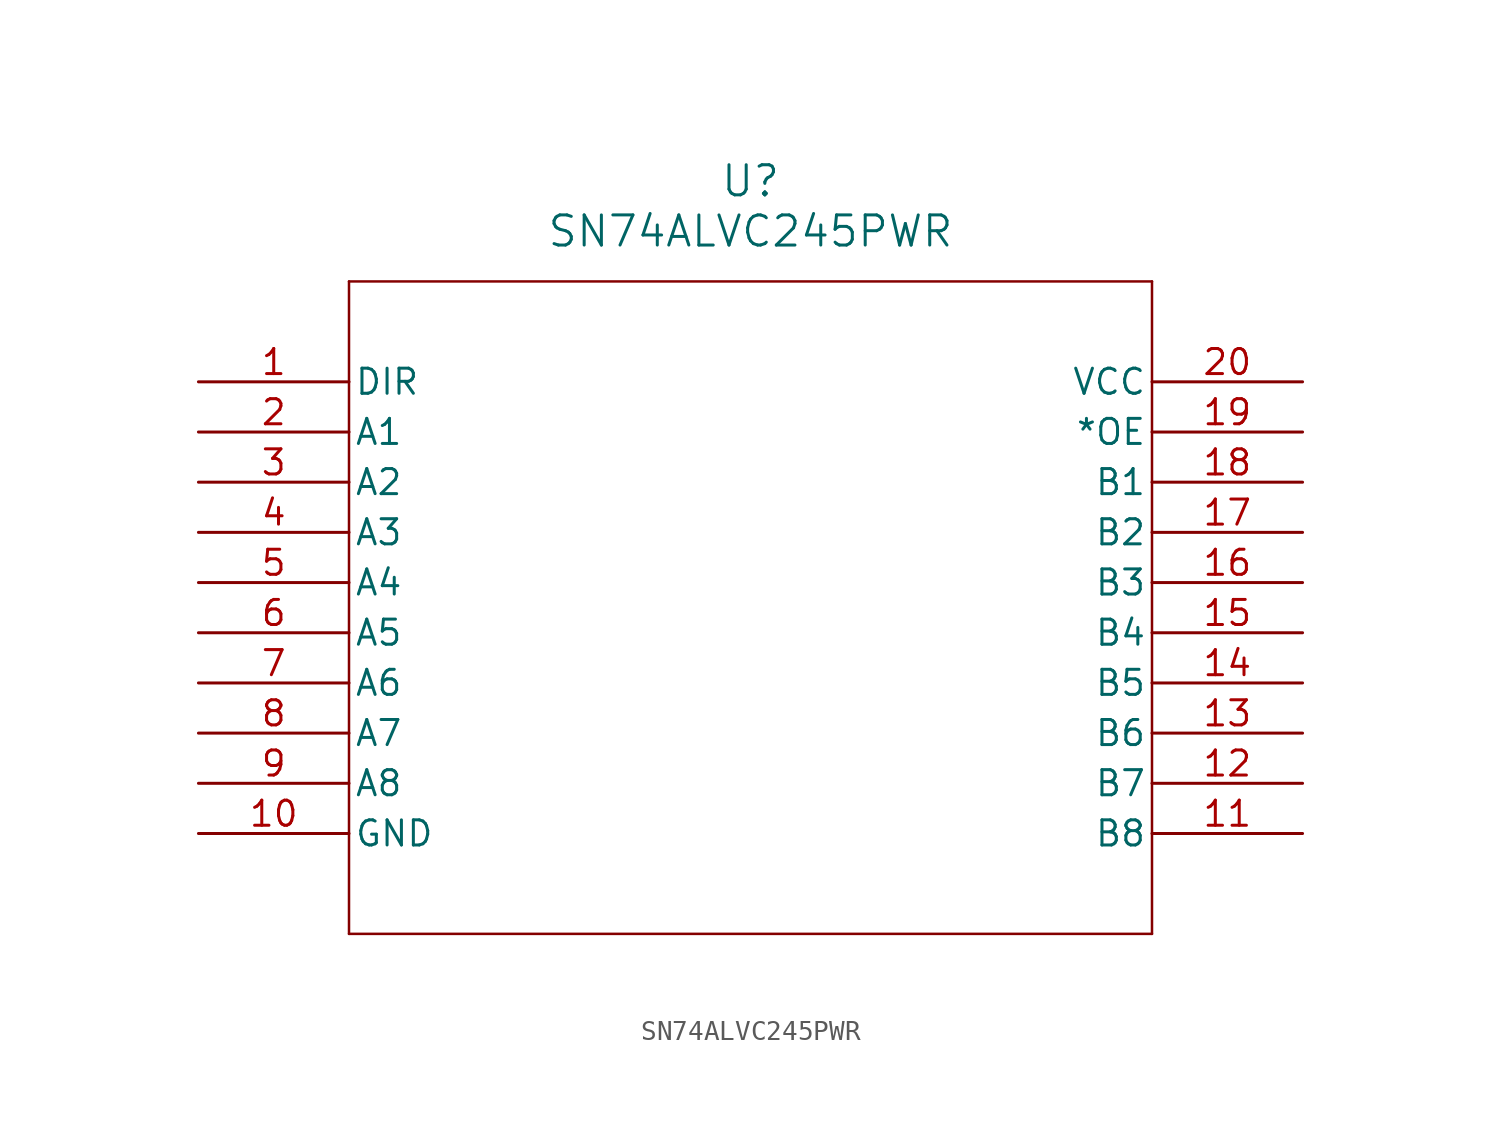
<source format=kicad_sym>
(kicad_symbol_lib
  (version 20211014)
  (generator kicad_symbol_editor)
  (symbol "SN74ALVC245PWR"
    (pin_names
      (offset 0.254))
    (property "Reference" "U"
      (at 27.94 10.16 0)
      (effects (font (size 1.524 1.524))))
    (property "Value" "SN74ALVC245PWR"
      (at 27.94 7.62 0)
      (effects (font (size 1.524 1.524))))
    (symbol "SN74ALVC245PWR_0_1"
      (polyline (pts (xy 7.62 5.08) (xy 7.62 -27.94)) (stroke (width 0.127) (type default) (color 0 0 0 0)) (fill (type none)))
      (polyline (pts (xy 7.62 -27.94) (xy 48.26 -27.94)) (stroke (width 0.127) (type default) (color 0 0 0 0)) (fill (type none)))
      (polyline (pts (xy 48.26 -27.94) (xy 48.26 5.08)) (stroke (width 0.127) (type default) (color 0 0 0 0)) (fill (type none)))
      (polyline (pts (xy 48.26 5.08) (xy 7.62 5.08)) (stroke (width 0.127) (type default) (color 0 0 0 0)) (fill (type none)))
      (pin input line (at 0 0 0) (length 7.62) (name "DIR" (effects (font (size 1.27 1.27)))) (number "1" (effects (font (size 1.27 1.27)))))
      (pin bidirectional line (at 0 -2.54 0) (length 7.62) (name "A1" (effects (font (size 1.27 1.27)))) (number "2" (effects (font (size 1.27 1.27)))))
      (pin bidirectional line (at 0 -5.08 0) (length 7.62) (name "A2" (effects (font (size 1.27 1.27)))) (number "3" (effects (font (size 1.27 1.27)))))
      (pin bidirectional line (at 0 -7.62 0) (length 7.62) (name "A3" (effects (font (size 1.27 1.27)))) (number "4" (effects (font (size 1.27 1.27)))))
      (pin bidirectional line (at 0 -10.16 0) (length 7.62) (name "A4" (effects (font (size 1.27 1.27)))) (number "5" (effects (font (size 1.27 1.27)))))
      (pin bidirectional line (at 0 -12.7 0) (length 7.62) (name "A5" (effects (font (size 1.27 1.27)))) (number "6" (effects (font (size 1.27 1.27)))))
      (pin bidirectional line (at 0 -15.24 0) (length 7.62) (name "A6" (effects (font (size 1.27 1.27)))) (number "7" (effects (font (size 1.27 1.27)))))
      (pin bidirectional line (at 0 -17.78 0) (length 7.62) (name "A7" (effects (font (size 1.27 1.27)))) (number "8" (effects (font (size 1.27 1.27)))))
      (pin bidirectional line (at 0 -20.32 0) (length 7.62) (name "A8" (effects (font (size 1.27 1.27)))) (number "9" (effects (font (size 1.27 1.27)))))
      (pin power_in line (at 0 -22.86 0) (length 7.62) (name "GND" (effects (font (size 1.27 1.27)))) (number "10" (effects (font (size 1.27 1.27)))))
      (pin bidirectional line (at 55.88 -22.86 180) (length 7.62) (name "B8" (effects (font (size 1.27 1.27)))) (number "11" (effects (font (size 1.27 1.27)))))
      (pin bidirectional line (at 55.88 -20.32 180) (length 7.62) (name "B7" (effects (font (size 1.27 1.27)))) (number "12" (effects (font (size 1.27 1.27)))))
      (pin bidirectional line (at 55.88 -17.78 180) (length 7.62) (name "B6" (effects (font (size 1.27 1.27)))) (number "13" (effects (font (size 1.27 1.27)))))
      (pin bidirectional line (at 55.88 -15.24 180) (length 7.62) (name "B5" (effects (font (size 1.27 1.27)))) (number "14" (effects (font (size 1.27 1.27)))))
      (pin bidirectional line (at 55.88 -12.7 180) (length 7.62) (name "B4" (effects (font (size 1.27 1.27)))) (number "15" (effects (font (size 1.27 1.27)))))
      (pin bidirectional line (at 55.88 -10.16 180) (length 7.62) (name "B3" (effects (font (size 1.27 1.27)))) (number "16" (effects (font (size 1.27 1.27)))))
      (pin bidirectional line (at 55.88 -7.62 180) (length 7.62) (name "B2" (effects (font (size 1.27 1.27)))) (number "17" (effects (font (size 1.27 1.27)))))
      (pin bidirectional line (at 55.88 -5.08 180) (length 7.62) (name "B1" (effects (font (size 1.27 1.27)))) (number "18" (effects (font (size 1.27 1.27)))))
      (pin input line (at 55.88 -2.54 180) (length 7.62) (name "*OE" (effects (font (size 1.27 1.27)))) (number "19" (effects (font (size 1.27 1.27)))))
      (pin power_in line (at 55.88 0 180) (length 7.62) (name "VCC" (effects (font (size 1.27 1.27)))) (number "20" (effects (font (size 1.27 1.27))))))))
</source>
